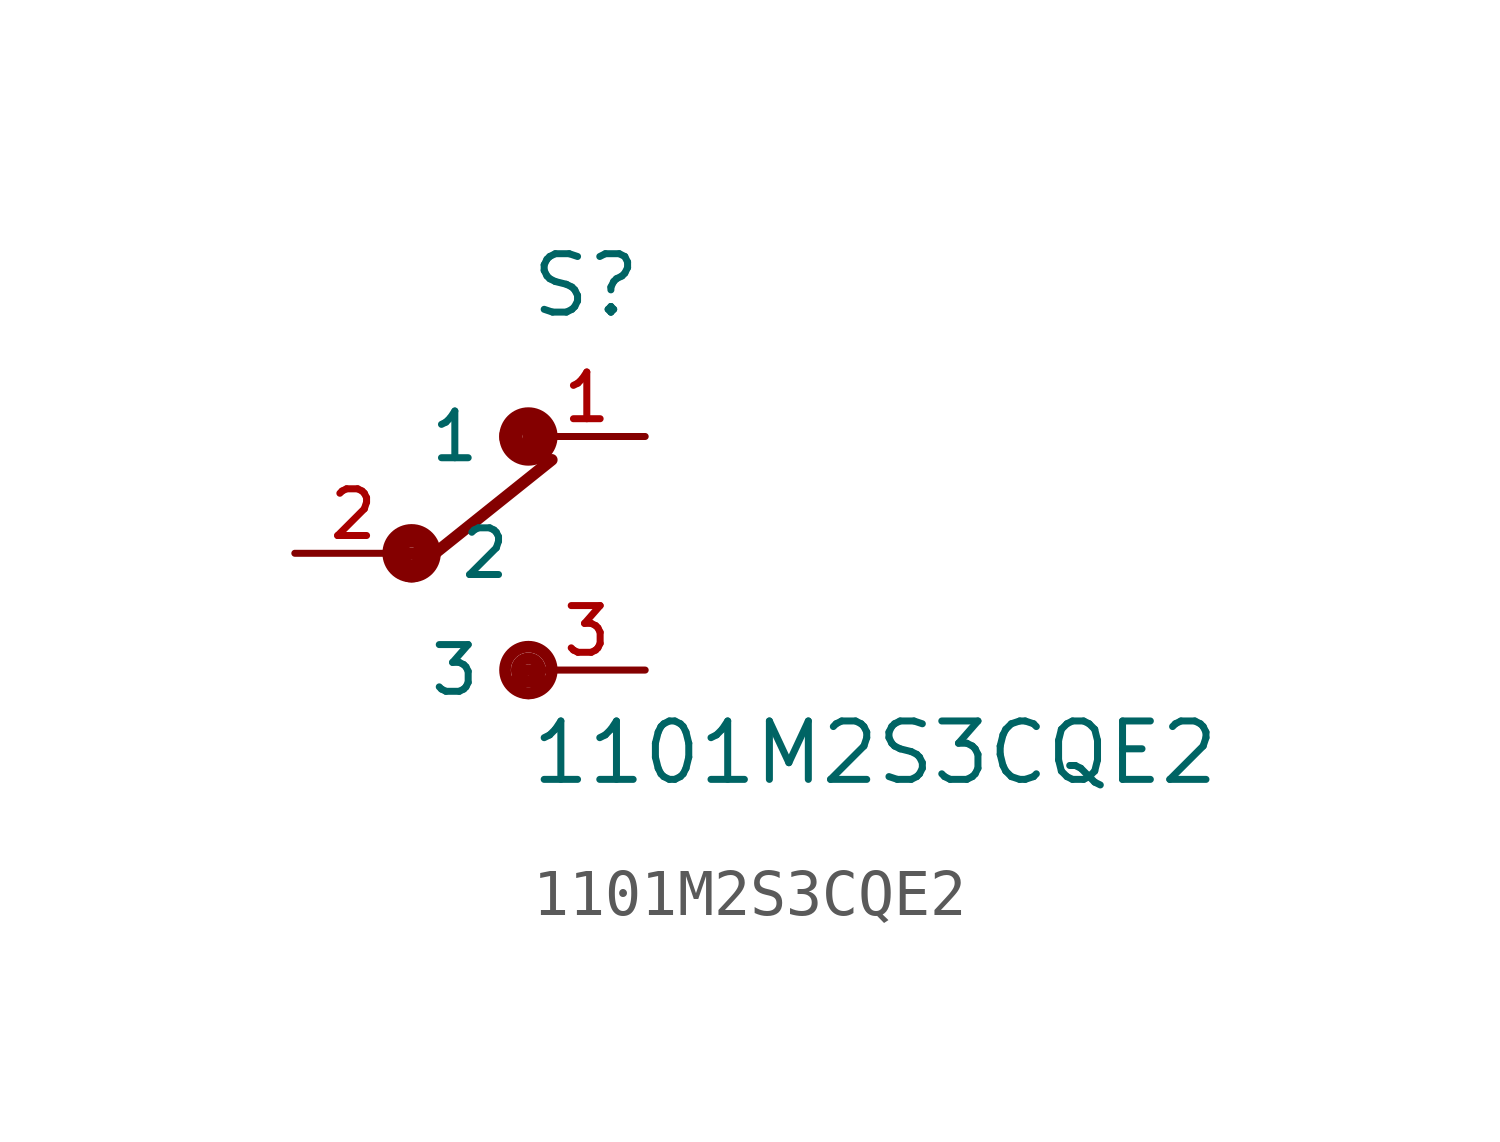
<source format=kicad_sym>
(kicad_symbol_lib
  (version 20241209)
  (generator "kicad_symbol_editor")
  (generator_version "9.0")
  (symbol "1101M2S3CQE2"
    (pin_names
      (offset 1.016))
    (property "Reference" "S"
      (at 2.541 5.082 0)
      (effects (font (size 1.27 1.27)) (justify left bottom)))
    (property "Value" "1101M2S3CQE2"
      (at 2.541 -5.081 0)
      (effects (font (size 1.27 1.27)) (justify left bottom)))
    (symbol "1101M2S3CQE2_0_0"
      (circle (center 0 0) (radius 0.254) (stroke (width 0.254) (type default)) (fill (type none)))
      (circle (center 0 0) (radius 0.359) (stroke (width 0.254) (type default)) (fill (type none)))
      (circle (center 0 0) (radius 0.508) (stroke (width 0.254) (type default)) (fill (type none)))
      (circle (center 0 -0.254) (radius 0.254) (stroke (width 0.254) (type default)) (fill (type none)))
      (polyline (pts (xy 0.508 0) (xy 3.048 2.032)) (stroke (width 0.254) (type default)) (fill (type none)))
      (circle (center 2.286 2.54) (radius 0.254) (stroke (width 0.254) (type default)) (fill (type none)))
      (circle (center 2.54 2.54) (radius 0.254) (stroke (width 0.254) (type default)) (fill (type none)))
      (circle (center 2.54 2.54) (radius 0.359) (stroke (width 0.254) (type default)) (fill (type none)))
      (circle (center 2.54 2.54) (radius 0.359) (stroke (width 0.254) (type default)) (fill (type none)))
      (circle (center 2.54 2.54) (radius 0.508) (stroke (width 0.254) (type default)) (fill (type none)))
      (circle (center 2.54 -2.54) (radius 0.254) (stroke (width 0.254) (type default)) (fill (type none)))
      (circle (center 2.54 -2.54) (radius 0.508) (stroke (width 0.254) (type default)) (fill (type none)))
      (circle (center 2.54 -2.794) (radius 0.254) (stroke (width 0.254) (type default)) (fill (type none)))
      (pin passive line (at -2.54 0 0) (length 2.54) (name "2" (effects (font (size 1.016 1.016)))) (number "2" (effects (font (size 1.016 1.016)))))
      (pin passive line (at 5.08 2.54 180) (length 2.54) (name "1" (effects (font (size 1.016 1.016)))) (number "1" (effects (font (size 1.016 1.016)))))
      (pin passive line (at 5.08 -2.54 180) (length 2.54) (name "3" (effects (font (size 1.016 1.016)))) (number "3" (effects (font (size 1.016 1.016))))))))
</source>
